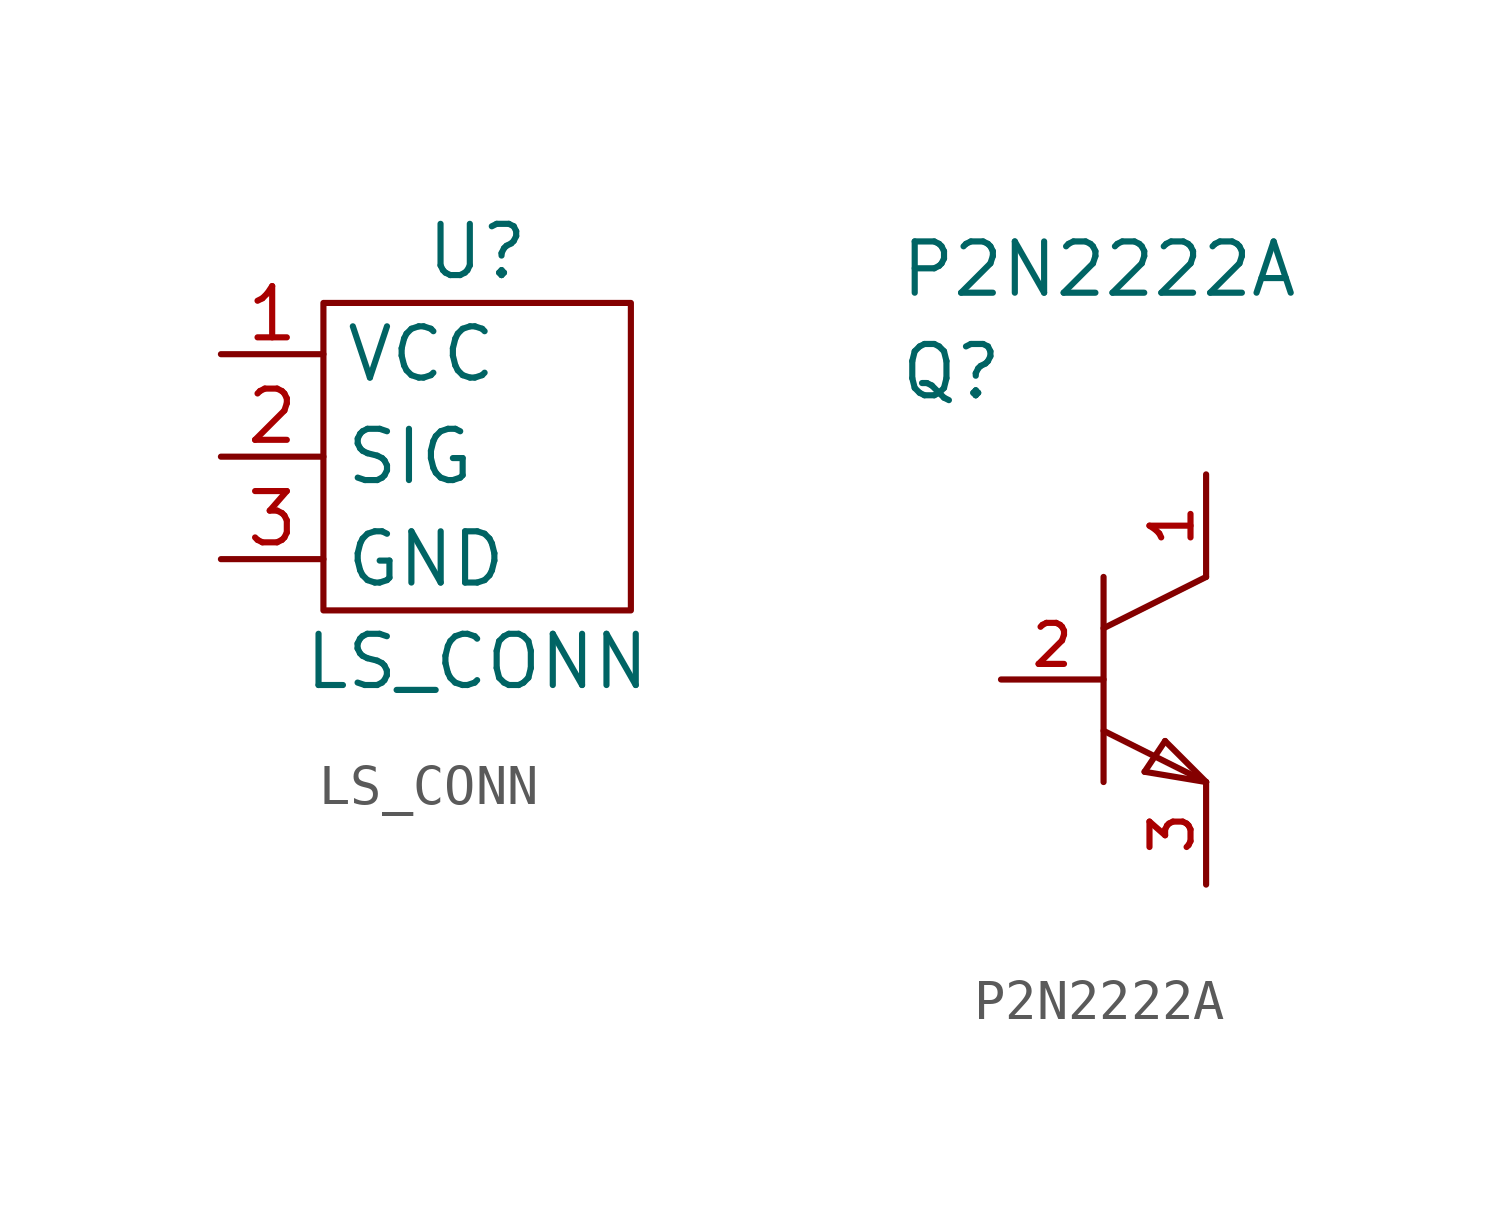
<source format=kicad_sym>
(kicad_symbol_lib
  (version 20211014)
  (generator kicad_symbol_editor)
  (symbol "LS_CONN"
    (property "Reference" "U"
      (at 6.35 2.54 0)
      (effects (font (size 1.27 1.27))))
    (property "Value" "LS_CONN"
      (at 6.35 -7.62 0)
      (effects (font (size 1.27 1.27))))
    (symbol "LS_CONN_0_0"
      (pin power_in line (at 0 0 0) (length 2.54) (name "VCC" (effects (font (size 1.27 1.27)))) (number "1" (effects (font (size 1.27 1.27)))))
      (pin output line (at 0 -2.54 0) (length 2.54) (name "SIG" (effects (font (size 1.27 1.27)))) (number "2" (effects (font (size 1.27 1.27)))))
      (pin power_out line (at 0 -5.08 0) (length 2.54) (name "GND" (effects (font (size 1.27 1.27)))) (number "3" (effects (font (size 1.27 1.27))))))
    (symbol "LS_CONN_0_1"
      (rectangle (start 10.16 -6.35) (end 2.54 1.27) (stroke (width 0) (type default) (color 0 0 0 0)) (fill (type none)))))
  (symbol "P2N2222A"
    (pin_names
      (offset 1.016))
    (property "Reference" "Q"
      (at 0 7.62 0)
      (effects (font (size 1.27 1.27)) (justify left)))
    (property "Value" "P2N2222A"
      (at 0 10.16 0)
      (effects (font (size 1.27 1.27)) (justify left)))
    (property "ki_locked" ""
      (at 0 0 0)
      (effects (font (size 1.27 1.27))))
    (symbol "P2N2222A_1_1"
      (polyline (pts (xy 5.08 -1.27) (xy 7.62 -2.54)) (stroke (width 0) (type default) (color 0 0 0 0)) (fill (type none)))
      (polyline (pts (xy 5.08 1.27) (xy 7.62 2.54)) (stroke (width 0) (type default) (color 0 0 0 0)) (fill (type none)))
      (polyline (pts (xy 5.08 2.54) (xy 5.08 -2.54)) (stroke (width 0) (type default) (color 0 0 0 0)) (fill (type none)))
      (polyline (pts (xy 6.096 -2.286) (xy 6.604 -1.524)) (stroke (width 0) (type default) (color 0 0 0 0)) (fill (type none)))
      (polyline (pts (xy 6.096 -2.286) (xy 7.62 -2.54)) (stroke (width 0) (type default) (color 0 0 0 0)) (fill (type none)))
      (polyline (pts (xy 6.604 -1.524) (xy 7.62 -2.54)) (stroke (width 0) (type default) (color 0 0 0 0)) (fill (type none)))
      (pin unspecified line (at 7.62 5.08 270) (length 2.54) (name "COLLECTOR" (effects (font (size 0 0)))) (number "1" (effects (font (size 1.016 1.016)))))
      (pin unspecified line (at 2.54 0 0) (length 2.54) (name "BASE" (effects (font (size 0 0)))) (number "2" (effects (font (size 1.016 1.016)))))
      (pin unspecified line (at 7.62 -5.08 90) (length 2.54) (name "EMITTER" (effects (font (size 0 0)))) (number "3" (effects (font (size 1.016 1.016))))))))
</source>
